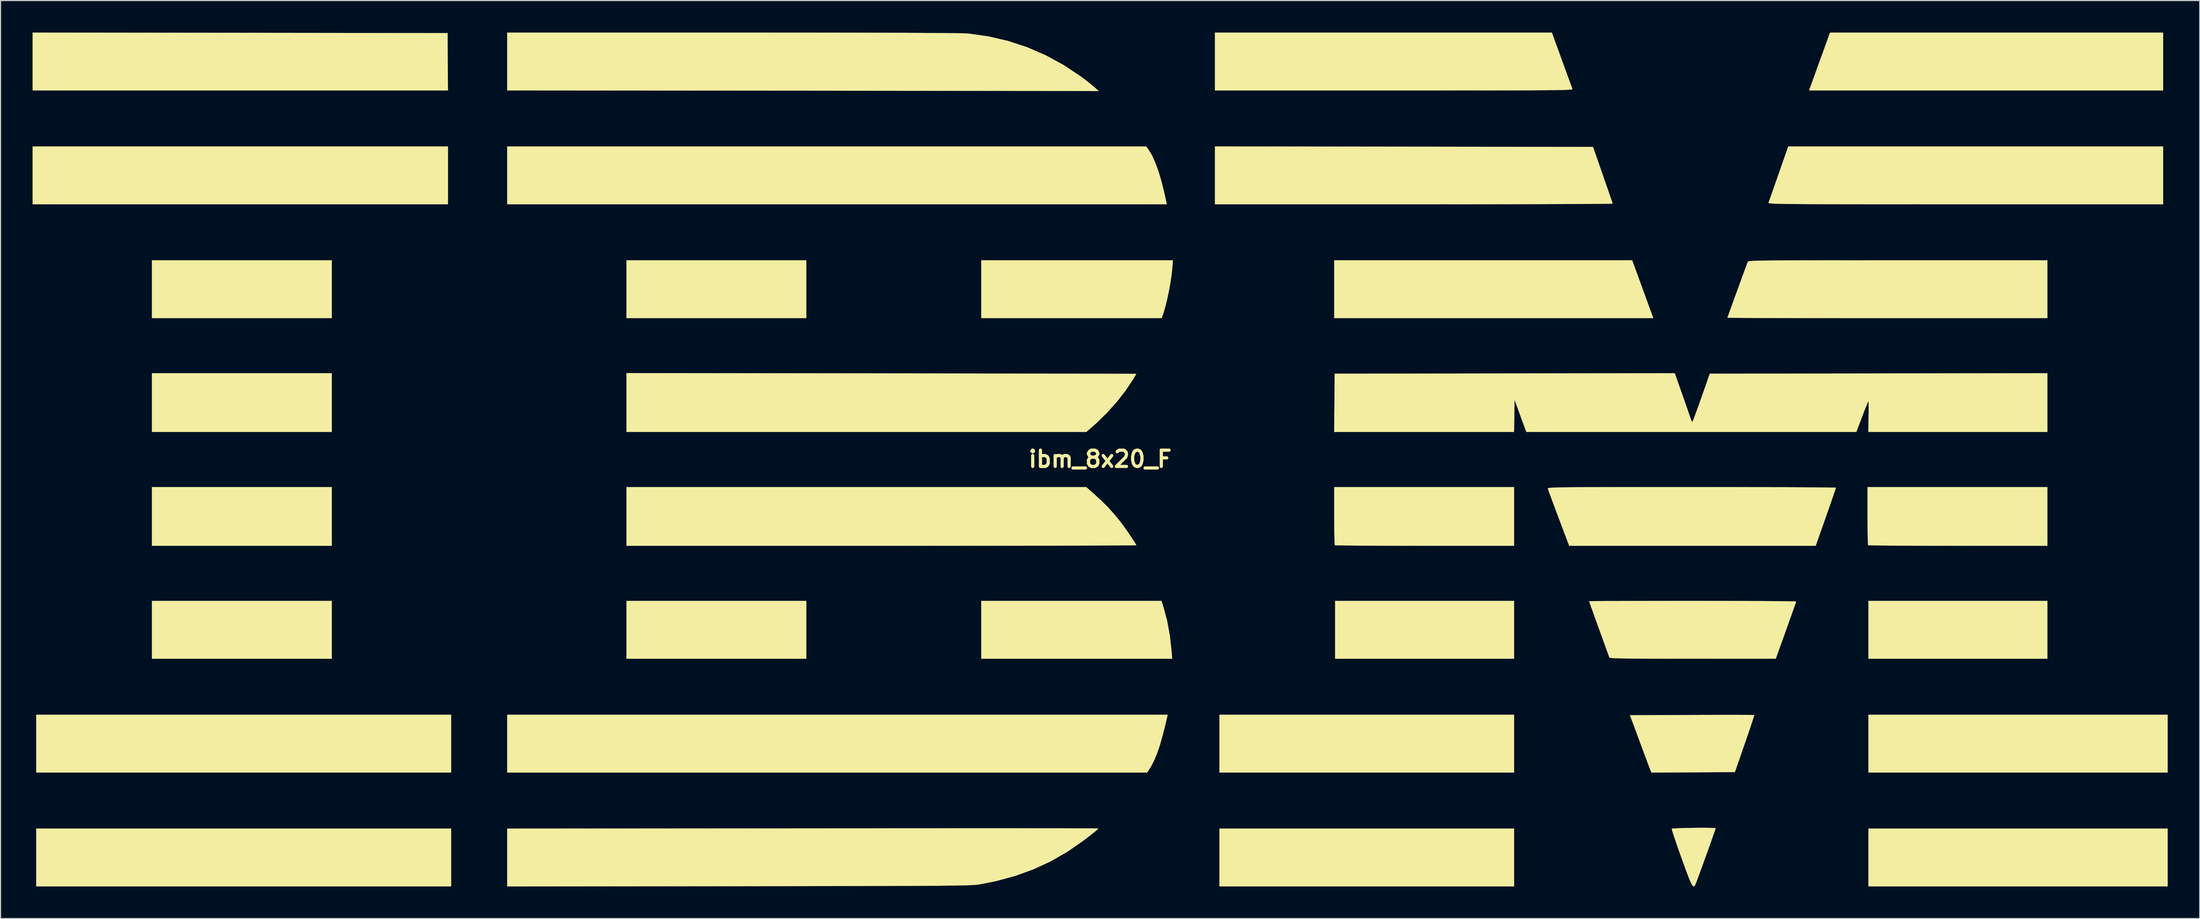
<source format=kicad_pcb>
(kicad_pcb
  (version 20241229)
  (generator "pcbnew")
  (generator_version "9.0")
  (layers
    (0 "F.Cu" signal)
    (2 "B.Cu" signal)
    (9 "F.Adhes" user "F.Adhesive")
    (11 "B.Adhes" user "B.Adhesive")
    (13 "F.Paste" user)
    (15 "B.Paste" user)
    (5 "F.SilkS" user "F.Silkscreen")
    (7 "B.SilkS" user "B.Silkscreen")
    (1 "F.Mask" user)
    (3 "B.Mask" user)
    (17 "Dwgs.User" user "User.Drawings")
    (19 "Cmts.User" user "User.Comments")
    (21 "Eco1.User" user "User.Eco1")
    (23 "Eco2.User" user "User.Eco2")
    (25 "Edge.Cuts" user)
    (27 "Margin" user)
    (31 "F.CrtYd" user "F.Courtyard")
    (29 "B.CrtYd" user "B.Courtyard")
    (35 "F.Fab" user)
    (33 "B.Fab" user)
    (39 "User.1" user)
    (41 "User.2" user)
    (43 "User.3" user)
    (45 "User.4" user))
  (footprint "ibm_8x20_F"
    (layer "F.Cu")
    (at 99.996 39.968)
    (property "Reference" "ibm_8x20_F" (at 0 0 0) (layer "F.SilkS") (effects (font (size 1.524 1.524) (thickness 0.3))))
    (attr through_hole)
    (fp_poly (pts (xy -71.967 -13.208) (xy -88.815 -13.208) (xy -88.815 -18.627) (xy -71.967 -18.627) (xy -71.967 -13.208)) (stroke (width 0.01) (type solid)) (fill yes) (layer "F.SilkS"))
    (fp_poly (pts (xy -71.967 -2.54) (xy -88.815 -2.54) (xy -88.815 -8.043) (xy -71.967 -8.043) (xy -71.967 -2.54)) (stroke (width 0.01) (type solid)) (fill yes) (layer "F.SilkS"))
    (fp_poly (pts (xy -71.967 8.128) (xy -88.815 8.128) (xy -88.815 2.625) (xy -71.967 2.625) (xy -71.967 8.128)) (stroke (width 0.01) (type solid)) (fill yes) (layer "F.SilkS"))
    (fp_poly (pts (xy -71.967 18.711) (xy -88.815 18.711) (xy -88.815 13.293) (xy -71.967 13.293) (xy -71.967 18.711)) (stroke (width 0.01) (type solid)) (fill yes) (layer "F.SilkS"))
    (fp_poly (pts (xy -61.087 -23.876) (xy -99.991 -23.876) (xy -99.991 -29.295) (xy -61.087 -29.295) (xy -61.087 -23.876)) (stroke (width 0.01) (type solid)) (fill yes) (layer "F.SilkS"))
    (fp_poly (pts (xy -60.791 29.379) (xy -99.653 29.379) (xy -99.653 23.961) (xy -60.791 23.961) (xy -60.791 29.379)) (stroke (width 0.01) (type solid)) (fill yes) (layer "F.SilkS"))
    (fp_poly (pts (xy -60.791 40.047) (xy -99.653 40.047) (xy -99.653 34.629) (xy -60.791 34.629) (xy -60.791 40.047)) (stroke (width 0.01) (type solid)) (fill yes) (layer "F.SilkS"))
    (fp_poly (pts (xy -27.517 -13.208) (xy -44.365 -13.208) (xy -44.365 -18.627) (xy -27.517 -18.627) (xy -27.517 -13.208)) (stroke (width 0.01) (type solid)) (fill yes) (layer "F.SilkS"))
    (fp_poly (pts (xy -27.517 18.711) (xy -44.365 18.711) (xy -44.365 13.293) (xy -27.517 13.293) (xy -27.517 18.711)) (stroke (width 0.01) (type solid)) (fill yes) (layer "F.SilkS"))
    (fp_poly (pts (xy 38.777 18.711) (xy 22.013 18.711) (xy 22.013 13.293) (xy 38.777 13.293) (xy 38.777 18.711)) (stroke (width 0.01) (type solid)) (fill yes) (layer "F.SilkS"))
    (fp_poly (pts (xy 38.777 29.379) (xy 11.176 29.379) (xy 11.176 23.961) (xy 38.777 23.961) (xy 38.777 29.379)) (stroke (width 0.01) (type solid)) (fill yes) (layer "F.SilkS"))
    (fp_poly (pts (xy 38.777 40.047) (xy 11.176 40.047) (xy 11.176 34.629) (xy 38.777 34.629) (xy 38.777 40.047)) (stroke (width 0.01) (type solid)) (fill yes) (layer "F.SilkS"))
    (fp_poly (pts (xy 88.731 18.711) (xy 71.967 18.711) (xy 71.967 13.293) (xy 88.731 13.293) (xy 88.731 18.711)) (stroke (width 0.01) (type solid)) (fill yes) (layer "F.SilkS"))
    (fp_poly (pts (xy 99.991 29.379) (xy 71.967 29.379) (xy 71.967 23.961) (xy 99.991 23.961) (xy 99.991 29.379)) (stroke (width 0.01) (type solid)) (fill yes) (layer "F.SilkS"))
    (fp_poly (pts (xy 99.991 40.047) (xy 71.967 40.047) (xy 71.967 34.629) (xy 99.991 34.629) (xy 99.991 40.047)) (stroke (width 0.01) (type solid)) (fill yes) (layer "F.SilkS"))
    (fp_poly (pts (xy 99.568 -34.544) (xy 66.405 -34.544) (xy 67.387 -37.253) (xy 68.368 -39.962) (xy 83.968 -39.962) (xy 99.568 -39.963) (xy 99.568 -34.544)) (stroke (width 0.01) (type solid)) (fill yes) (layer "F.SilkS"))
    (fp_poly (pts (xy -80.558 -39.942) (xy -61.124 -39.92) (xy -61.106 -37.232) (xy -61.087 -34.544) (xy -80.539 -34.544) (xy -99.991 -34.544) (xy -99.991 -39.963) (xy -80.558 -39.942)) (stroke (width 0.01) (type solid)) (fill yes) (layer "F.SilkS"))
    (fp_poly (pts (xy 5.957 13.949) (xy 6.281 15.172) (xy 6.529 16.532) (xy 6.696 18.015) (xy 6.716 18.267) (xy 6.748 18.711) (xy -11.134 18.711) (xy -11.134 13.293) (xy 5.75 13.293) (xy 5.957 13.949)) (stroke (width 0.01) (type solid)) (fill yes) (layer "F.SilkS"))
    (fp_poly (pts (xy 6.127 24.828) (xy 5.857 25.908) (xy 5.591 26.833) (xy 5.322 27.616) (xy 5.048 28.272) (xy 4.762 28.816) (xy 4.688 28.935) (xy 4.405 29.379) (xy -55.541 29.379) (xy -55.541 23.961) (xy 6.33 23.961) (xy 6.127 24.828)) (stroke (width 0.01) (type solid)) (fill yes) (layer "F.SilkS"))
    (fp_poly (pts (xy 50.542 -16.701) (xy 50.758 -16.107) (xy 50.973 -15.517) (xy 51.174 -14.965) (xy 51.349 -14.486) (xy 51.484 -14.114) (xy 51.529 -13.991) (xy 51.813 -13.208) (xy 21.929 -13.208) (xy 21.929 -18.627) (xy 49.839 -18.627) (xy 50.542 -16.701)) (stroke (width 0.01) (type solid)) (fill yes) (layer "F.SilkS"))
    (fp_poly (pts (xy 4.516 -29.02) (xy 4.836 -28.506) (xy 5.149 -27.833) (xy 5.452 -27.009) (xy 5.741 -26.044) (xy 6.012 -24.948) (xy 6.058 -24.744) (xy 6.248 -23.876) (xy -55.541 -23.876) (xy -55.541 -29.295) (xy -25.616 -29.295) (xy 4.309 -29.295) (xy 4.516 -29.02)) (stroke (width 0.01) (type solid)) (fill yes) (layer "F.SilkS"))
    (fp_poly (pts (xy 6.761 -17.874) (xy 6.693 -17.244) (xy 6.588 -16.536) (xy 6.453 -15.792) (xy 6.299 -15.056) (xy 6.133 -14.371) (xy 5.965 -13.78) (xy 5.845 -13.428) (xy 5.762 -13.208) (xy -11.134 -13.208) (xy -11.134 -18.627) (xy 6.821 -18.627) (xy 6.761 -17.874)) (stroke (width 0.01) (type solid)) (fill yes) (layer "F.SilkS"))
    (fp_poly (pts (xy 38.777 8.128) (xy 30.409 8.128) (xy 29.233 8.127) (xy 28.105 8.126) (xy 27.037 8.123) (xy 26.04 8.12) (xy 25.125 8.115) (xy 24.304 8.11) (xy 23.589 8.104) (xy 22.991 8.098) (xy 22.521 8.091) (xy 22.192 8.084) (xy 22.014 8.076) (xy 21.985 8.072) (xy 21.971 7.976) (xy 21.959 7.732) (xy 21.948 7.36) (xy 21.939 6.88) (xy 21.933 6.314) (xy 21.929 5.682) (xy 21.929 5.32) (xy 21.929 2.625) (xy 38.777 2.625) (xy 38.777 8.128)) (stroke (width 0.01) (type solid)) (fill yes) (layer "F.SilkS"))
    (fp_poly (pts (xy 88.731 8.128) (xy 80.363 8.128) (xy 79.187 8.127) (xy 78.059 8.126) (xy 76.99 8.123) (xy 75.993 8.12) (xy 75.078 8.115) (xy 74.257 8.11) (xy 73.542 8.104) (xy 72.944 8.098) (xy 72.475 8.091) (xy 72.145 8.084) (xy 71.967 8.076) (xy 71.938 8.072) (xy 71.925 7.976) (xy 71.912 7.732) (xy 71.901 7.36) (xy 71.892 6.88) (xy 71.886 6.314) (xy 71.883 5.682) (xy 71.882 5.32) (xy 71.882 2.625) (xy 88.731 2.625) (xy 88.731 8.128)) (stroke (width 0.01) (type solid)) (fill yes) (layer "F.SilkS"))
    (fp_poly (pts (xy 28.46 -29.274) (xy 46.168 -29.252) (xy 47.084 -26.628) (xy 47.305 -25.995) (xy 47.506 -25.413) (xy 47.682 -24.901) (xy 47.826 -24.48) (xy 47.932 -24.167) (xy 47.992 -23.982) (xy 48.003 -23.939) (xy 47.92 -23.933) (xy 47.675 -23.928) (xy 47.277 -23.922) (xy 46.731 -23.916) (xy 46.047 -23.911) (xy 45.232 -23.906) (xy 44.293 -23.902) (xy 43.239 -23.897) (xy 42.076 -23.893) (xy 40.813 -23.889) (xy 39.456 -23.886) (xy 38.015 -23.883) (xy 36.496 -23.881) (xy 34.907 -23.879) (xy 33.255 -23.877) (xy 31.549 -23.876) (xy 29.796 -23.876) (xy 29.379 -23.876) (xy 10.753 -23.876) (xy 10.753 -29.295) (xy 28.46 -29.274)) (stroke (width 0.01) (type solid)) (fill yes) (layer "F.SilkS"))
    (fp_poly (pts (xy 59.67 23.975) (xy 60.255 23.977) (xy 60.72 23.979) (xy 61.052 23.983) (xy 61.237 23.987) (xy 61.271 23.99) (xy 61.252 24.074) (xy 61.183 24.299) (xy 61.07 24.647) (xy 60.92 25.098) (xy 60.74 25.633) (xy 60.534 26.234) (xy 60.38 26.679) (xy 59.459 29.337) (xy 55.551 29.359) (xy 51.644 29.381) (xy 51.56 29.19) (xy 51.511 29.065) (xy 51.411 28.802) (xy 51.268 28.422) (xy 51.09 27.947) (xy 50.886 27.396) (xy 50.661 26.791) (xy 50.554 26.501) (xy 49.631 24.003) (xy 55.436 23.981) (xy 56.411 23.978) (xy 57.336 23.976) (xy 58.197 23.975) (xy 58.979 23.974) (xy 59.67 23.975)) (stroke (width 0.01) (type solid)) (fill yes) (layer "F.SilkS"))
    (fp_poly (pts (xy -20.489 -8.029) (xy -18.49 -8.026) (xy -16.536 -8.024) (xy -14.632 -8.021) (xy -12.786 -8.019) (xy -11.005 -8.016) (xy -9.295 -8.013) (xy -7.664 -8.011) (xy -6.117 -8.008) (xy -4.662 -8.005) (xy -3.305 -8.003) (xy -2.053 -8) (xy -0.914 -7.998) (xy 0.107 -7.995) (xy 1.003 -7.993) (xy 1.767 -7.99) (xy 2.391 -7.988) (xy 2.87 -7.986) (xy 3.197 -7.984) (xy 3.365 -7.982) (xy 3.387 -7.981) (xy 3.346 -7.905) (xy 3.237 -7.721) (xy 3.083 -7.464) (xy 3.037 -7.389) (xy 2.367 -6.39) (xy 1.573 -5.376) (xy 0.69 -4.386) (xy -0.248 -3.46) (xy -0.582 -3.161) (xy -1.29 -2.54) (xy -44.365 -2.54) (xy -44.365 -8.056) (xy -20.489 -8.029)) (stroke (width 0.01) (type solid)) (fill yes) (layer "F.SilkS"))
    (fp_poly (pts (xy 99.568 -23.876) (xy 81.059 -23.876) (xy 78.972 -23.876) (xy 77.047 -23.876) (xy 75.279 -23.877) (xy 73.66 -23.877) (xy 72.184 -23.878) (xy 70.845 -23.879) (xy 69.636 -23.881) (xy 68.55 -23.883) (xy 67.581 -23.885) (xy 66.722 -23.889) (xy 65.968 -23.892) (xy 65.31 -23.897) (xy 64.743 -23.902) (xy 64.259 -23.907) (xy 63.854 -23.914) (xy 63.519 -23.921) (xy 63.248 -23.93) (xy 63.036 -23.939) (xy 62.874 -23.95) (xy 62.758 -23.961) (xy 62.679 -23.974) (xy 62.632 -23.988) (xy 62.61 -24.003) (xy 62.606 -24.019) (xy 62.608 -24.024) (xy 62.649 -24.138) (xy 62.738 -24.392) (xy 62.87 -24.764) (xy 63.035 -25.235) (xy 63.228 -25.785) (xy 63.441 -26.392) (xy 63.56 -26.733) (xy 64.455 -29.295) (xy 99.568 -29.295) (xy 99.568 -23.876)) (stroke (width 0.01) (type solid)) (fill yes) (layer "F.SilkS"))
    (fp_poly (pts (xy -0.46 3.372) (xy 0.202 3.98) (xy 0.777 4.56) (xy 1.325 5.172) (xy 1.807 5.757) (xy 2.013 6.025) (xy 2.255 6.355) (xy 2.513 6.719) (xy 2.769 7.09) (xy 3.003 7.438) (xy 3.197 7.737) (xy 3.331 7.957) (xy 3.386 8.072) (xy 3.387 8.076) (xy 3.303 8.08) (xy 3.057 8.085) (xy 2.655 8.089) (xy 2.104 8.093) (xy 1.411 8.097) (xy 0.582 8.1) (xy -0.376 8.104) (xy -1.456 8.107) (xy -2.651 8.11) (xy -3.955 8.113) (xy -5.361 8.116) (xy -6.861 8.119) (xy -8.45 8.121) (xy -10.121 8.123) (xy -11.866 8.124) (xy -13.68 8.126) (xy -15.555 8.127) (xy -17.484 8.128) (xy -19.462 8.128) (xy -20.489 8.128) (xy -44.365 8.128) (xy -44.365 2.625) (xy -1.301 2.625) (xy -0.46 3.372)) (stroke (width 0.01) (type solid)) (fill yes) (layer "F.SilkS"))
    (fp_poly (pts (xy 42.401 -39.73) (xy 42.483 -39.501) (xy 42.607 -39.159) (xy 42.765 -38.727) (xy 42.946 -38.228) (xy 43.144 -37.687) (xy 43.348 -37.128) (xy 43.55 -36.574) (xy 43.742 -36.05) (xy 43.914 -35.578) (xy 44.059 -35.184) (xy 44.167 -34.89) (xy 44.229 -34.721) (xy 44.24 -34.692) (xy 44.241 -34.675) (xy 44.226 -34.659) (xy 44.186 -34.644) (xy 44.116 -34.63) (xy 44.009 -34.618) (xy 43.857 -34.607) (xy 43.654 -34.598) (xy 43.392 -34.589) (xy 43.066 -34.581) (xy 42.668 -34.574) (xy 42.191 -34.568) (xy 41.628 -34.563) (xy 40.973 -34.559) (xy 40.218 -34.555) (xy 39.357 -34.552) (xy 38.382 -34.55) (xy 37.288 -34.548) (xy 36.066 -34.546) (xy 34.71 -34.545) (xy 33.214 -34.545) (xy 31.57 -34.544) (xy 29.771 -34.544) (xy 27.811 -34.544) (xy 27.526 -34.544) (xy 10.753 -34.544) (xy 10.753 -39.963) (xy 42.317 -39.963) (xy 42.401 -39.73)) (stroke (width 0.01) (type solid)) (fill yes) (layer "F.SilkS"))
    (fp_poly (pts (xy 57.042 34.56) (xy 57.371 34.568) (xy 57.586 34.582) (xy 57.658 34.599) (xy 57.63 34.691) (xy 57.553 34.918) (xy 57.434 35.259) (xy 57.282 35.689) (xy 57.105 36.187) (xy 56.911 36.728) (xy 56.709 37.291) (xy 56.507 37.851) (xy 56.313 38.386) (xy 56.135 38.873) (xy 55.982 39.289) (xy 55.862 39.61) (xy 55.783 39.815) (xy 55.718 39.957) (xy 55.654 40.04) (xy 55.583 40.053) (xy 55.5 39.984) (xy 55.399 39.822) (xy 55.273 39.555) (xy 55.116 39.172) (xy 54.921 38.661) (xy 54.683 38.01) (xy 54.454 37.373) (xy 54.228 36.736) (xy 54.024 36.15) (xy 53.848 35.635) (xy 53.706 35.208) (xy 53.605 34.89) (xy 53.552 34.698) (xy 53.546 34.649) (xy 53.645 34.628) (xy 53.882 34.61) (xy 54.229 34.593) (xy 54.657 34.579) (xy 55.139 34.568) (xy 55.647 34.561) (xy 56.152 34.556) (xy 56.626 34.556) (xy 57.042 34.56)) (stroke (width 0.01) (type solid)) (fill yes) (layer "F.SilkS"))
    (fp_poly (pts (xy 88.731 -2.54) (xy 71.956 -2.54) (xy 71.982 -3.979) (xy 71.989 -4.452) (xy 71.989 -4.859) (xy 71.985 -5.173) (xy 71.976 -5.368) (xy 71.965 -5.419) (xy 71.923 -5.344) (xy 71.832 -5.134) (xy 71.703 -4.816) (xy 71.545 -4.415) (xy 71.379 -3.979) (xy 70.836 -2.54) (xy 39.92 -2.541) (xy 38.82 -5.546) (xy 38.797 -4.043) (xy 38.773 -2.54) (xy 21.926 -2.54) (xy 21.949 -5.271) (xy 21.971 -8.001) (xy 37.899 -8.022) (xy 53.827 -8.044) (xy 54.462 -6.244) (xy 54.657 -5.69) (xy 54.842 -5.16) (xy 55.008 -4.684) (xy 55.142 -4.293) (xy 55.235 -4.021) (xy 55.255 -3.959) (xy 55.347 -3.702) (xy 55.425 -3.526) (xy 55.467 -3.472) (xy 55.507 -3.548) (xy 55.595 -3.765) (xy 55.724 -4.101) (xy 55.885 -4.537) (xy 56.071 -5.052) (xy 56.275 -5.627) (xy 56.314 -5.736) (xy 57.108 -8.001) (xy 88.731 -8.044) (xy 88.731 -2.54)) (stroke (width 0.01) (type solid)) (fill yes) (layer "F.SilkS"))
    (fp_poly (pts (xy -31.818 -39.962) (xy -29.406 -39.961) (xy -27.148 -39.959) (xy -25.045 -39.957) (xy -23.099 -39.954) (xy -21.31 -39.95) (xy -19.68 -39.945) (xy -18.21 -39.94) (xy -16.9 -39.934) (xy -15.752 -39.927) (xy -14.768 -39.92) (xy -13.947 -39.912) (xy -13.292 -39.903) (xy -12.802 -39.894) (xy -12.481 -39.884) (xy -12.349 -39.876) (xy -10.448 -39.605) (xy -8.607 -39.176) (xy -6.826 -38.588) (xy -5.105 -37.843) (xy -3.443 -36.939) (xy -1.841 -35.876) (xy -1.355 -35.513) (xy -1.076 -35.294) (xy -0.797 -35.067) (xy -0.541 -34.85) (xy -0.33 -34.665) (xy -0.187 -34.53) (xy -0.134 -34.466) (xy -0.176 -34.48) (xy -0.262 -34.482) (xy -0.512 -34.484) (xy -0.918 -34.486) (xy -1.475 -34.488) (xy -2.176 -34.49) (xy -3.015 -34.492) (xy -3.985 -34.494) (xy -5.081 -34.496) (xy -6.296 -34.498) (xy -7.624 -34.5) (xy -9.058 -34.503) (xy -10.592 -34.505) (xy -12.221 -34.507) (xy -13.937 -34.509) (xy -15.735 -34.511) (xy -17.607 -34.513) (xy -19.549 -34.515) (xy -21.553 -34.517) (xy -23.613 -34.519) (xy -25.723 -34.521) (xy -27.877 -34.523) (xy -55.541 -34.544) (xy -55.541 -39.963) (xy -34.384 -39.963) (xy -31.818 -39.962)) (stroke (width 0.01) (type solid)) (fill yes) (layer "F.SilkS"))
    (fp_poly (pts (xy 88.731 -13.208) (xy 73.745 -13.208) (xy 72.165 -13.208) (xy 70.632 -13.209) (xy 69.153 -13.21) (xy 67.738 -13.211) (xy 66.394 -13.212) (xy 65.131 -13.214) (xy 63.956 -13.216) (xy 62.879 -13.218) (xy 61.907 -13.221) (xy 61.05 -13.224) (xy 60.316 -13.227) (xy 59.712 -13.23) (xy 59.249 -13.233) (xy 58.934 -13.236) (xy 58.776 -13.24) (xy 58.759 -13.241) (xy 58.786 -13.324) (xy 58.864 -13.543) (xy 58.983 -13.876) (xy 59.136 -14.299) (xy 59.314 -14.789) (xy 59.508 -15.325) (xy 59.711 -15.883) (xy 59.914 -16.44) (xy 60.109 -16.974) (xy 60.288 -17.462) (xy 60.441 -17.88) (xy 60.562 -18.207) (xy 60.641 -18.419) (xy 60.665 -18.479) (xy 60.678 -18.498) (xy 60.709 -18.515) (xy 60.765 -18.531) (xy 60.853 -18.545) (xy 60.98 -18.558) (xy 61.155 -18.569) (xy 61.385 -18.579) (xy 61.677 -18.588) (xy 62.04 -18.596) (xy 62.48 -18.602) (xy 63.006 -18.608) (xy 63.624 -18.612) (xy 64.344 -18.616) (xy 65.171 -18.619) (xy 66.114 -18.622) (xy 67.18 -18.624) (xy 68.378 -18.625) (xy 69.714 -18.626) (xy 71.196 -18.626) (xy 72.832 -18.627) (xy 74.629 -18.627) (xy 88.731 -18.627) (xy 88.731 -13.208)) (stroke (width 0.01) (type solid)) (fill yes) (layer "F.SilkS"))
    (fp_poly (pts (xy 56.903 2.625) (xy 58.355 2.626) (xy 59.752 2.628) (xy 61.084 2.631) (xy 62.343 2.634) (xy 63.519 2.637) (xy 64.603 2.642) (xy 65.587 2.647) (xy 66.462 2.652) (xy 67.219 2.657) (xy 67.848 2.663) (xy 68.34 2.67) (xy 68.688 2.676) (xy 68.881 2.683) (xy 68.92 2.688) (xy 68.893 2.78) (xy 68.816 3.013) (xy 68.695 3.368) (xy 68.538 3.825) (xy 68.351 4.366) (xy 68.139 4.971) (xy 67.975 5.44) (xy 67.029 8.128) (xy 43.938 8.128) (xy 43.848 7.895) (xy 43.738 7.609) (xy 43.591 7.22) (xy 43.414 6.751) (xy 43.216 6.226) (xy 43.007 5.668) (xy 42.794 5.1) (xy 42.587 4.545) (xy 42.394 4.027) (xy 42.223 3.568) (xy 42.084 3.193) (xy 41.986 2.924) (xy 41.936 2.785) (xy 41.932 2.773) (xy 41.933 2.753) (xy 41.951 2.736) (xy 41.995 2.72) (xy 42.071 2.705) (xy 42.189 2.693) (xy 42.355 2.681) (xy 42.577 2.671) (xy 42.863 2.662) (xy 43.221 2.655) (xy 43.657 2.648) (xy 44.18 2.643) (xy 44.798 2.638) (xy 45.518 2.634) (xy 46.348 2.631) (xy 47.296 2.629) (xy 48.369 2.627) (xy 49.574 2.626) (xy 50.92 2.625) (xy 52.415 2.625) (xy 54.065 2.625) (xy 55.404 2.625) (xy 56.903 2.625)) (stroke (width 0.01) (type solid)) (fill yes) (layer "F.SilkS"))
    (fp_poly (pts (xy -9.039 34.6) (xy -7.606 34.6) (xy -6.279 34.601) (xy -5.065 34.601) (xy -3.971 34.602) (xy -3.001 34.603) (xy -2.164 34.604) (xy -1.464 34.605) (xy -0.908 34.606) (xy -0.503 34.608) (xy -0.255 34.61) (xy -0.169 34.612) (xy -0.169 34.612) (xy -0.237 34.696) (xy -0.432 34.87) (xy -0.747 35.127) (xy -1.171 35.459) (xy -1.566 35.761) (xy -3.071 36.803) (xy -4.634 37.7) (xy -6.27 38.455) (xy -7.989 39.075) (xy -9.805 39.563) (xy -11.261 39.851) (xy -11.361 39.867) (xy -11.473 39.881) (xy -11.603 39.895) (xy -11.757 39.907) (xy -11.942 39.919) (xy -12.163 39.93) (xy -12.428 39.939) (xy -12.743 39.948) (xy -13.114 39.957) (xy -13.547 39.964) (xy -14.048 39.971) (xy -14.625 39.977) (xy -15.283 39.983) (xy -16.029 39.988) (xy -16.869 39.993) (xy -17.809 39.997) (xy -18.856 40.001) (xy -20.015 40.004) (xy -21.295 40.007) (xy -22.7 40.01) (xy -24.236 40.013) (xy -25.912 40.016) (xy -27.732 40.018) (xy -29.703 40.021) (xy -31.832 40.023) (xy -33.846 40.026) (xy -55.541 40.05) (xy -55.541 34.629) (xy -27.855 34.608) (xy -25.701 34.606) (xy -23.591 34.605) (xy -21.53 34.604) (xy -19.526 34.602) (xy -17.585 34.602) (xy -15.713 34.601) (xy -13.916 34.6) (xy -12.201 34.6) (xy -10.573 34.6) (xy -9.039 34.6)) (stroke (width 0.01) (type solid)) (fill yes) (layer "F.SilkS"))
    (fp_poly (pts (xy 56.765 13.293) (xy 57.983 13.295) (xy 59.142 13.297) (xy 60.231 13.3) (xy 61.241 13.304) (xy 62.16 13.309) (xy 62.977 13.314) (xy 63.683 13.32) (xy 64.267 13.327) (xy 64.718 13.334) (xy 65.025 13.341) (xy 65.178 13.349) (xy 65.193 13.352) (xy 65.166 13.443) (xy 65.087 13.675) (xy 64.964 14.027) (xy 64.804 14.482) (xy 64.613 15.019) (xy 64.398 15.621) (xy 64.241 16.06) (xy 63.288 18.708) (xy 55.518 18.71) (xy 54.142 18.71) (xy 52.927 18.709) (xy 51.865 18.706) (xy 50.946 18.703) (xy 50.162 18.698) (xy 49.504 18.692) (xy 48.963 18.684) (xy 48.532 18.674) (xy 48.201 18.663) (xy 47.962 18.65) (xy 47.805 18.635) (xy 47.724 18.618) (xy 47.707 18.605) (xy 47.639 18.422) (xy 47.528 18.118) (xy 47.383 17.717) (xy 47.21 17.241) (xy 47.02 16.714) (xy 46.819 16.157) (xy 46.616 15.593) (xy 46.418 15.044) (xy 46.235 14.535) (xy 46.075 14.086) (xy 45.944 13.722) (xy 45.853 13.463) (xy 45.808 13.334) (xy 45.805 13.323) (xy 45.888 13.319) (xy 46.129 13.315) (xy 46.519 13.312) (xy 47.046 13.308) (xy 47.701 13.305) (xy 48.471 13.302) (xy 49.348 13.3) (xy 50.319 13.297) (xy 51.376 13.296) (xy 52.506 13.294) (xy 53.699 13.293) (xy 54.946 13.293) (xy 55.499 13.293) (xy 56.765 13.293)) (stroke (width 0.01) (type solid)) (fill yes) (layer "F.SilkS")))
  (gr_rect
    (start -3 -3)
    (end 202.993 83.026)
    (stroke (width 0.1) (type default))
    (fill no)
    (layer "Edge.Cuts")))
</source>
